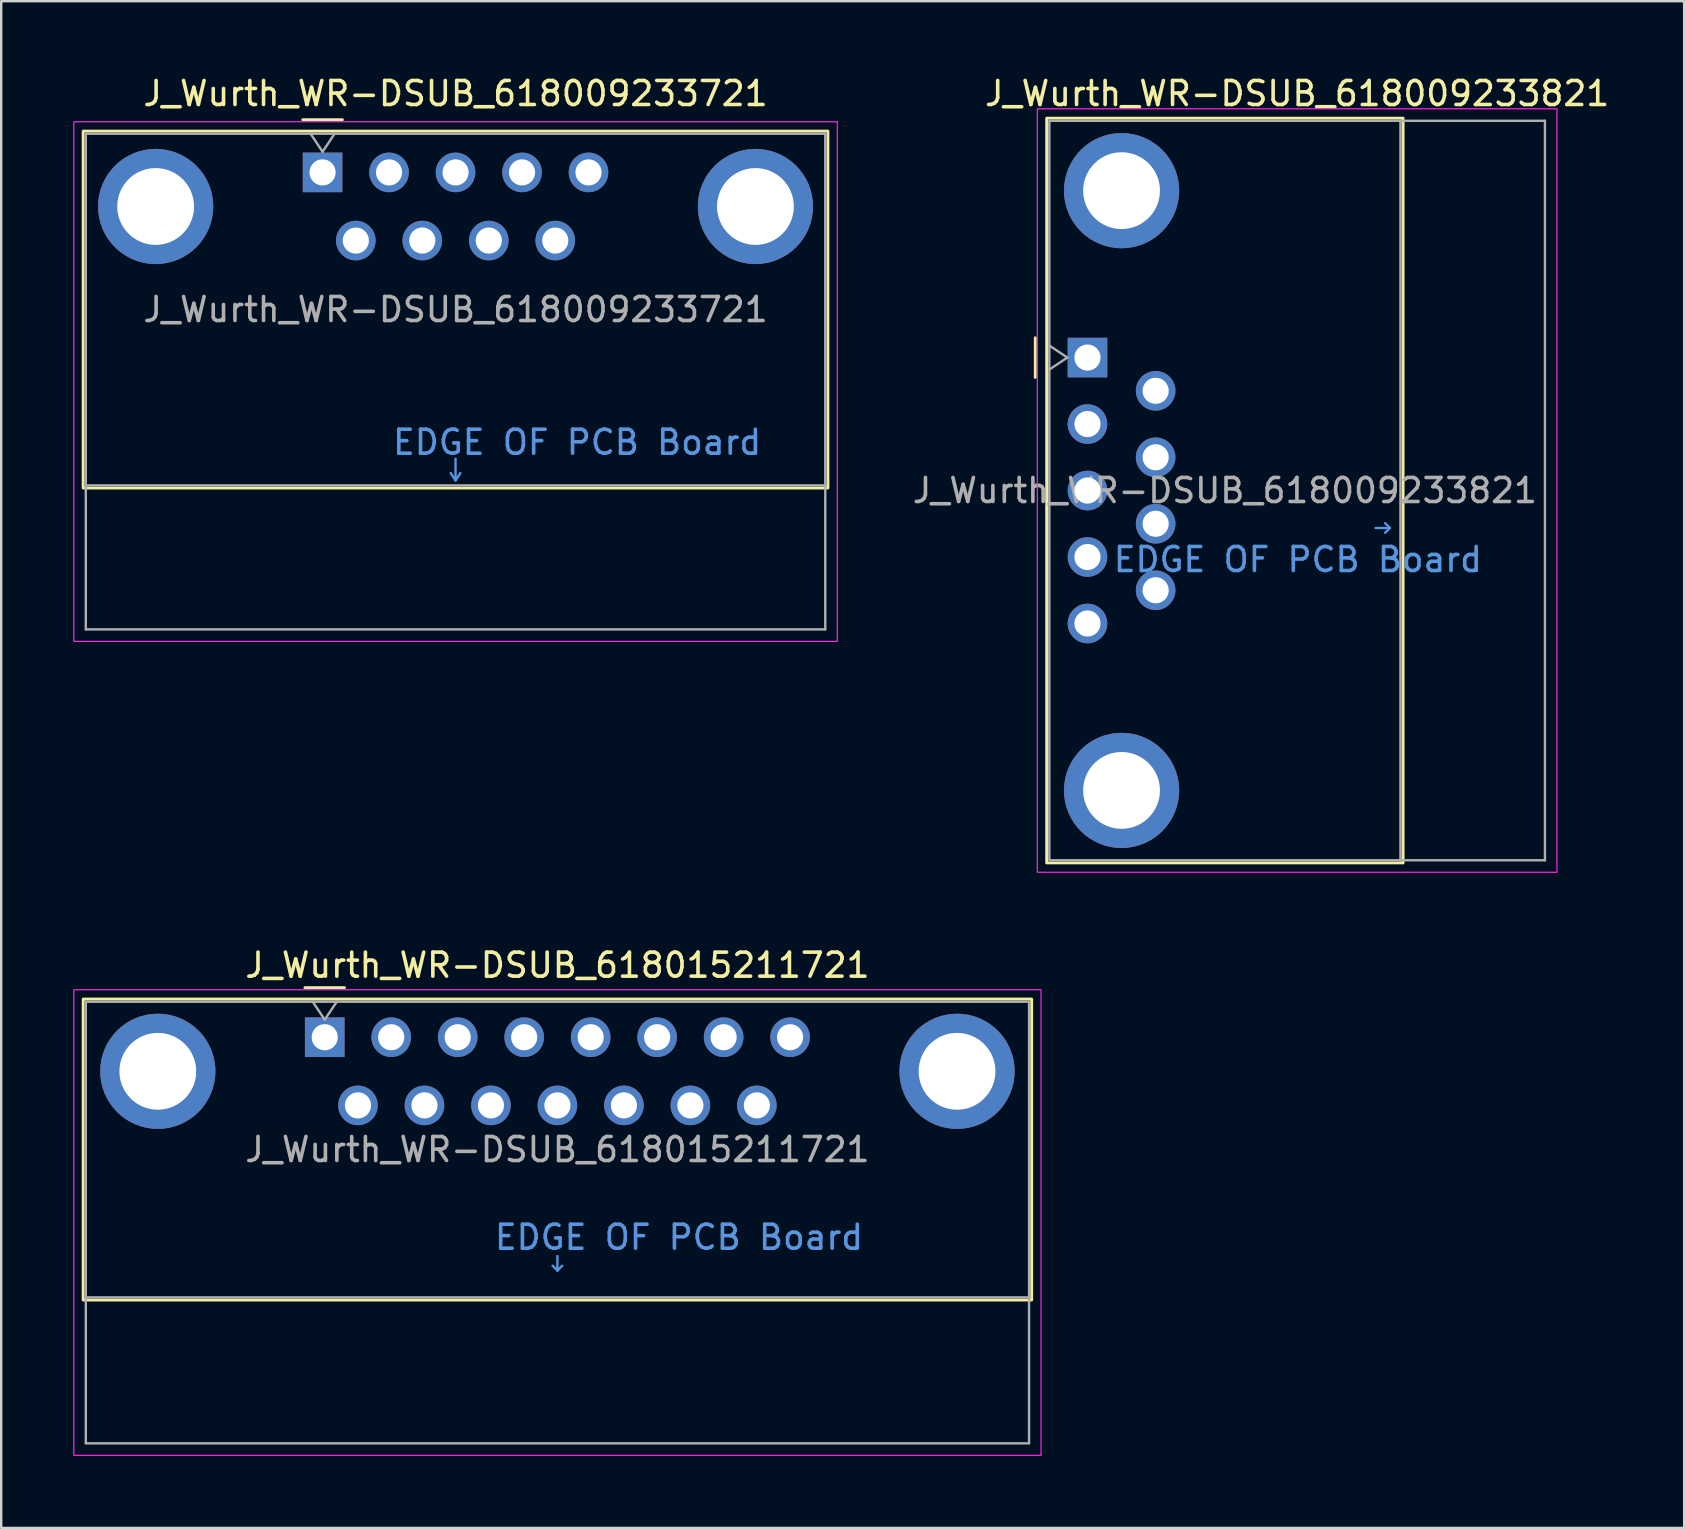
<source format=kicad_pcb>
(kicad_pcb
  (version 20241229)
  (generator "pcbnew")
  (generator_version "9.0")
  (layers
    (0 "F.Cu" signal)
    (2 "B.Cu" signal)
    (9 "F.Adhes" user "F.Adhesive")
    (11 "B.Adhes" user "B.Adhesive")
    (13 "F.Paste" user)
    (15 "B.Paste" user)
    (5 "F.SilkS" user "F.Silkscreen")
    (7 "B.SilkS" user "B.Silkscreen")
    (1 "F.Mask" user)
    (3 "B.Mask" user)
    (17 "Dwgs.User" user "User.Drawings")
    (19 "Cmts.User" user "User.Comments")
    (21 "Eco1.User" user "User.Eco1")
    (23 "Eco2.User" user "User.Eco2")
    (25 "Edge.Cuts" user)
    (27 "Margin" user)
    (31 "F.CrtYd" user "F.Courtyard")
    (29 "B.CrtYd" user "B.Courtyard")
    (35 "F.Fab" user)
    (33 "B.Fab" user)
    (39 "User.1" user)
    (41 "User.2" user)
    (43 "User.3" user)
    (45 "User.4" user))
  (footprint "J_Wurth_WR-DSUB_618009233821"
    (layer "F.Cu")
    (at 42.26 11.848)
    (property "Reference" "J_Wurth_WR-DSUB_618009233821" (at 8.735 -11 0) (unlocked yes) (layer "F.SilkS") (effects (font (size 1 1) (thickness 0.15))))
    (attr through_hole)
    (fp_line (start -2.175 -0.825) (end -2.175 0.825) (stroke (width 0.12) (type solid)) (layer "F.SilkS"))
    (fp_rect (start -1.7 -9.975) (end 13.15 21.055) (stroke (width 0.12) (type solid)) (fill no) (layer "F.SilkS"))
    (fp_line (start 12 7.1) (end 12.6 7.1) (stroke (width 0.1) (type solid)) (layer "Cmts.User"))
    (fp_line (start 12.6 7.1) (end 12.4 6.9) (stroke (width 0.1) (type solid)) (layer "Cmts.User"))
    (fp_line (start 12.6 7.1) (end 12.4 7.3) (stroke (width 0.1) (type solid)) (layer "Cmts.User"))
    (fp_rect (start -2.09 -10.365) (end 19.56 21.445) (stroke (width 0.05) (type solid)) (fill no) (layer "F.CrtYd"))
    (fp_line (start -0.84 0) (end -1.59 -0.5) (stroke (width 0.1) (type solid)) (layer "F.Fab"))
    (fp_line (start -0.84 0) (end -1.59 0.5) (stroke (width 0.1) (type solid)) (layer "F.Fab"))
    (fp_line (start 13.04 -9.865) (end 19.06 -9.865) (stroke (width 0.1) (type solid)) (layer "F.Fab"))
    (fp_line (start 19.06 -9.865) (end 19.06 20.945) (stroke (width 0.1) (type solid)) (layer "F.Fab"))
    (fp_line (start 19.06 20.945) (end 13.04 20.945) (stroke (width 0.1) (type solid)) (layer "F.Fab"))
    (fp_rect (start -1.59 -9.865) (end 13.04 20.945) (stroke (width 0.1) (type solid)) (fill no) (layer "F.Fab"))
    (fp_text user "EDGE OF PCB Board" (at 1 9 0) (unlocked yes) (layer "Cmts.User") (effects (font (size 1 1) (thickness 0.15)) (justify left bottom)))
    (fp_text user "${REFERENCE}" (at 5.725 5.54 0) (unlocked yes) (layer "F.Fab") (effects (font (size 1 1) (thickness 0.15))))
    (pad "1" thru_hole rect (at 0 0 90) (size 1.65 1.65) (drill 1.09) (layers "*.Cu" "*.Mask"))
    (pad "2" thru_hole circle (at 0 2.77 90) (size 1.65 1.65) (drill 1.09) (layers "*.Cu" "*.Mask"))
    (pad "3" thru_hole circle (at 0 5.54 90) (size 1.65 1.65) (drill 1.09) (layers "*.Cu" "*.Mask"))
    (pad "4" thru_hole circle (at 0 8.31 90) (size 1.65 1.65) (drill 1.09) (layers "*.Cu" "*.Mask"))
    (pad "5" thru_hole circle (at 0 11.08 90) (size 1.65 1.65) (drill 1.09) (layers "*.Cu" "*.Mask"))
    (pad "6" thru_hole circle (at 2.84 1.385 90) (size 1.65 1.65) (drill 1.09) (layers "*.Cu" "*.Mask"))
    (pad "7" thru_hole circle (at 2.84 4.155 90) (size 1.65 1.65) (drill 1.09) (layers "*.Cu" "*.Mask"))
    (pad "8" thru_hole circle (at 2.84 6.925 90) (size 1.65 1.65) (drill 1.09) (layers "*.Cu" "*.Mask"))
    (pad "9" thru_hole circle (at 2.84 9.695 90) (size 1.65 1.65) (drill 1.09) (layers "*.Cu" "*.Mask"))
    (pad "S1" thru_hole circle (at 1.42 -6.955 90) (size 4.8 4.8) (drill 3.2) (layers "*.Cu" "*.Mask"))
    (pad "S2" thru_hole circle (at 1.42 18.035 90) (size 4.8 4.8) (drill 3.2) (layers "*.Cu" "*.Mask")))
  (footprint "J_Wurth_WR-DSUB_618009233721"
    (layer "F.Cu")
    (at 10.39 4.133)
    (property "Reference" "J_Wurth_WR-DSUB_618009233721" (at 5.54 -3.285 0) (unlocked yes) (layer "F.SilkS") (effects (font (size 1 1) (thickness 0.15))))
    (attr through_hole)
    (fp_line (start 0.825 -2.195) (end -0.825 -2.195) (stroke (width 0.12) (type solid)) (layer "F.SilkS"))
    (fp_rect (start -9.975 -1.72) (end 21.055 13.15) (stroke (width 0.12) (type solid)) (fill no) (layer "F.SilkS"))
    (fp_line (start 5.54 11.93) (end 5.54 12.83) (stroke (width 0.1) (type solid)) (layer "Cmts.User"))
    (fp_line (start 5.54 12.83) (end 5.34 12.53) (stroke (width 0.1) (type solid)) (layer "Cmts.User"))
    (fp_line (start 5.54 12.83) (end 5.74 12.53) (stroke (width 0.1) (type solid)) (layer "Cmts.User"))
    (fp_rect (start -10.365 -2.11) (end 21.445 19.54) (stroke (width 0.05) (type solid)) (fill no) (layer "F.CrtYd"))
    (fp_line (start -9.865 19.04) (end -9.865 13.04) (stroke (width 0.1) (type solid)) (layer "F.Fab"))
    (fp_line (start 0 -0.86) (end -0.5 -1.61) (stroke (width 0.1) (type solid)) (layer "F.Fab"))
    (fp_line (start 0 -0.86) (end 0.5 -1.61) (stroke (width 0.1) (type solid)) (layer "F.Fab"))
    (fp_line (start 20.945 13.04) (end 20.945 19.04) (stroke (width 0.1) (type solid)) (layer "F.Fab"))
    (fp_line (start 20.945 19.04) (end -9.865 19.04) (stroke (width 0.1) (type solid)) (layer "F.Fab"))
    (fp_rect (start -9.865 -1.61) (end 20.945 13.04) (stroke (width 0.1) (type solid)) (fill no) (layer "F.Fab"))
    (fp_text user "EDGE OF PCB Board" (at 2.84 11.83 0) (unlocked yes) (layer "Cmts.User") (effects (font (size 1 1) (thickness 0.15)) (justify left bottom)))
    (fp_text user "${REFERENCE}" (at 5.54 5.715 0) (unlocked yes) (layer "F.Fab") (effects (font (size 1 1) (thickness 0.15))))
    (pad "1" thru_hole rect (at 0 0) (size 1.65 1.65) (drill 1.09) (layers "*.Cu" "*.Mask"))
    (pad "2" thru_hole circle (at 2.77 0) (size 1.65 1.65) (drill 1.09) (layers "*.Cu" "*.Mask"))
    (pad "3" thru_hole circle (at 5.54 0) (size 1.65 1.65) (drill 1.09) (layers "*.Cu" "*.Mask"))
    (pad "4" thru_hole circle (at 8.31 0) (size 1.65 1.65) (drill 1.09) (layers "*.Cu" "*.Mask"))
    (pad "5" thru_hole circle (at 11.08 0) (size 1.65 1.65) (drill 1.09) (layers "*.Cu" "*.Mask"))
    (pad "6" thru_hole circle (at 1.385 2.84) (size 1.65 1.65) (drill 1.09) (layers "*.Cu" "*.Mask"))
    (pad "7" thru_hole circle (at 4.155 2.84) (size 1.65 1.65) (drill 1.09) (layers "*.Cu" "*.Mask"))
    (pad "8" thru_hole circle (at 6.925 2.84) (size 1.65 1.65) (drill 1.09) (layers "*.Cu" "*.Mask"))
    (pad "9" thru_hole circle (at 9.695 2.84) (size 1.65 1.65) (drill 1.09) (layers "*.Cu" "*.Mask"))
    (pad "S1" thru_hole circle (at -6.955 1.42) (size 4.8 4.8) (drill 3.2) (layers "*.Cu" "*.Mask"))
    (pad "S2" thru_hole circle (at 18.035 1.42) (size 4.8 4.8) (drill 3.2) (layers "*.Cu" "*.Mask")))
  (footprint "J_Wurth_WR-DSUB_618015211721"
    (layer "F.Cu")
    (at 10.48 40.166)
    (property "Reference" "J_Wurth_WR-DSUB_618015211721" (at 9.695 -3 0) (unlocked yes) (layer "F.SilkS") (effects (font (size 1 1) (thickness 0.15))))
    (attr through_hole)
    (fp_line (start 0.825 -2.065) (end -0.825 -2.065) (stroke (width 0.12) (type solid)) (layer "F.SilkS"))
    (fp_rect (start -10.065 -1.59) (end 29.455 10.95) (stroke (width 0.12) (type solid)) (fill no) (layer "F.SilkS"))
    (fp_line (start 9.695 9.12) (end 9.695 9.72) (stroke (width 0.1) (type solid)) (layer "Cmts.User"))
    (fp_line (start 9.695 9.72) (end 9.495 9.52) (stroke (width 0.1) (type solid)) (layer "Cmts.User"))
    (fp_line (start 9.695 9.72) (end 9.895 9.52) (stroke (width 0.1) (type solid)) (layer "Cmts.User"))
    (fp_rect (start -10.455 -1.98) (end 29.845 17.42) (stroke (width 0.05) (type solid)) (fill no) (layer "F.CrtYd"))
    (fp_line (start -9.955 16.92) (end -9.955 10.84) (stroke (width 0.1) (type solid)) (layer "F.Fab"))
    (fp_line (start 0 -0.73) (end -0.5 -1.48) (stroke (width 0.1) (type solid)) (layer "F.Fab"))
    (fp_line (start 0 -0.73) (end 0.5 -1.48) (stroke (width 0.1) (type solid)) (layer "F.Fab"))
    (fp_line (start 29.345 10.84) (end 29.345 16.92) (stroke (width 0.1) (type solid)) (layer "F.Fab"))
    (fp_line (start 29.345 16.92) (end -9.955 16.92) (stroke (width 0.1) (type solid)) (layer "F.Fab"))
    (fp_rect (start -9.955 -1.48) (end 29.345 10.84) (stroke (width 0.1) (type solid)) (fill no) (layer "F.Fab"))
    (fp_text user "EDGE OF PCB Board" (at 6.995 8.92 0) (unlocked yes) (layer "Cmts.User") (effects (font (size 1 1) (thickness 0.15)) (justify left bottom)))
    (fp_text user "${REFERENCE}" (at 9.695 4.68 0) (unlocked yes) (layer "F.Fab") (effects (font (size 1 1) (thickness 0.15))))
    (pad "1" thru_hole rect (at 0 0) (size 1.65 1.65) (drill 1.09) (layers "*.Cu" "*.Mask"))
    (pad "2" thru_hole circle (at 2.77 0) (size 1.65 1.65) (drill 1.09) (layers "*.Cu" "*.Mask"))
    (pad "3" thru_hole circle (at 5.54 0) (size 1.65 1.65) (drill 1.09) (layers "*.Cu" "*.Mask"))
    (pad "4" thru_hole circle (at 8.31 0) (size 1.65 1.65) (drill 1.09) (layers "*.Cu" "*.Mask"))
    (pad "5" thru_hole circle (at 11.08 0) (size 1.65 1.65) (drill 1.09) (layers "*.Cu" "*.Mask"))
    (pad "6" thru_hole circle (at 13.85 0) (size 1.65 1.65) (drill 1.09) (layers "*.Cu" "*.Mask"))
    (pad "7" thru_hole circle (at 16.62 0) (size 1.65 1.65) (drill 1.09) (layers "*.Cu" "*.Mask"))
    (pad "8" thru_hole circle (at 19.39 0) (size 1.65 1.65) (drill 1.09) (layers "*.Cu" "*.Mask"))
    (pad "9" thru_hole circle (at 1.385 2.84) (size 1.65 1.65) (drill 1.09) (layers "*.Cu" "*.Mask"))
    (pad "10" thru_hole circle (at 4.155 2.84) (size 1.65 1.65) (drill 1.09) (layers "*.Cu" "*.Mask"))
    (pad "11" thru_hole circle (at 6.925 2.84) (size 1.65 1.65) (drill 1.09) (layers "*.Cu" "*.Mask"))
    (pad "12" thru_hole circle (at 9.695 2.84) (size 1.65 1.65) (drill 1.09) (layers "*.Cu" "*.Mask"))
    (pad "13" thru_hole circle (at 12.465 2.84) (size 1.65 1.65) (drill 1.09) (layers "*.Cu" "*.Mask"))
    (pad "14" thru_hole circle (at 15.235 2.84) (size 1.65 1.65) (drill 1.09) (layers "*.Cu" "*.Mask"))
    (pad "15" thru_hole circle (at 18.005 2.84) (size 1.65 1.65) (drill 1.09) (layers "*.Cu" "*.Mask"))
    (pad "S1" thru_hole circle (at -6.955 1.42) (size 4.8 4.8) (drill 3.2) (layers "*.Cu" "*.Mask"))
    (pad "S2" thru_hole circle (at 26.345 1.42) (size 4.8 4.8) (drill 3.2) (layers "*.Cu" "*.Mask")))
  (gr_rect
    (start -3 -3)
    (end 67.12 60.611)
    (stroke (width 0.1) (type default))
    (fill no)
    (layer "Edge.Cuts")))
</source>
